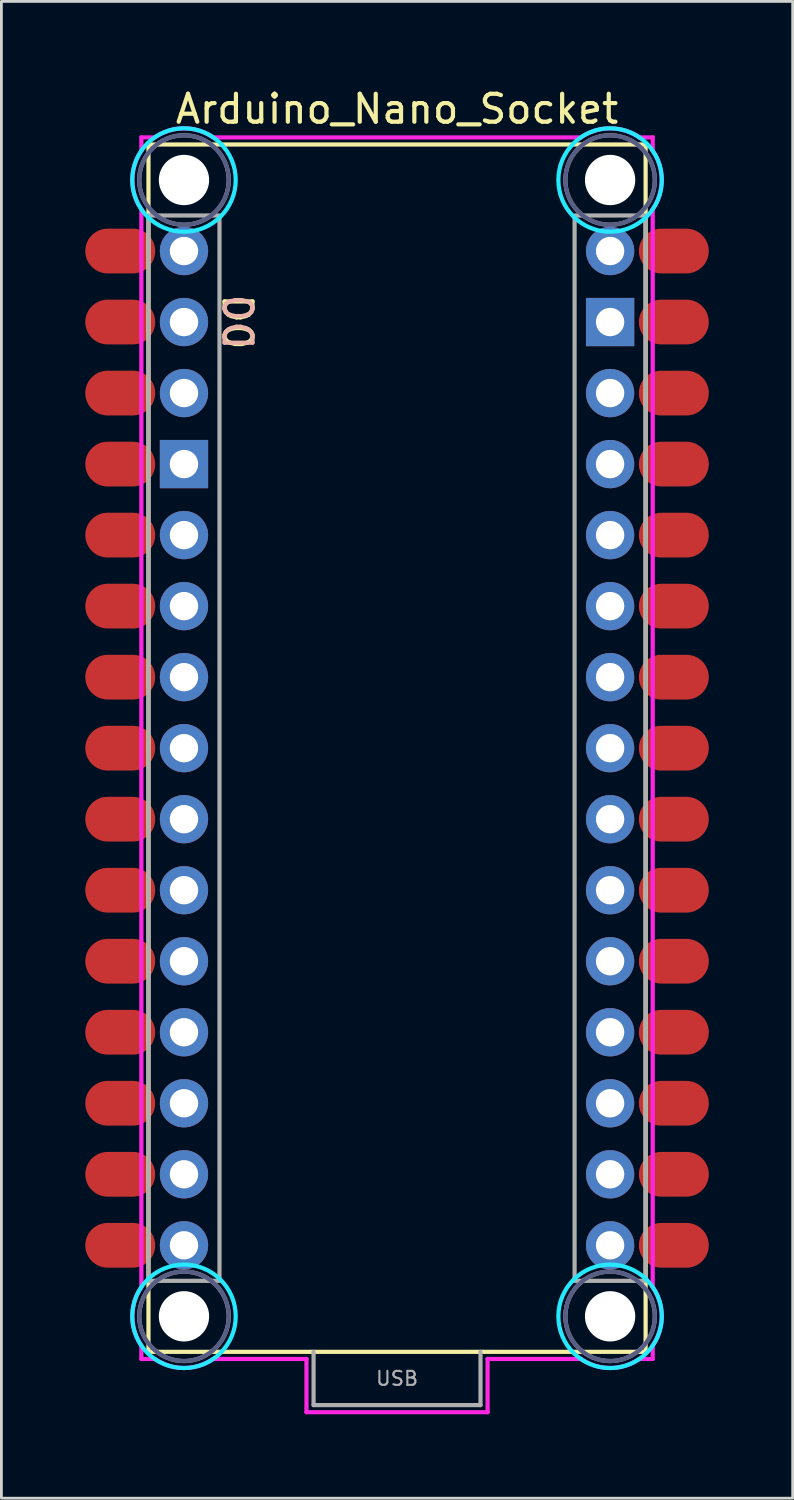
<source format=kicad_pcb>
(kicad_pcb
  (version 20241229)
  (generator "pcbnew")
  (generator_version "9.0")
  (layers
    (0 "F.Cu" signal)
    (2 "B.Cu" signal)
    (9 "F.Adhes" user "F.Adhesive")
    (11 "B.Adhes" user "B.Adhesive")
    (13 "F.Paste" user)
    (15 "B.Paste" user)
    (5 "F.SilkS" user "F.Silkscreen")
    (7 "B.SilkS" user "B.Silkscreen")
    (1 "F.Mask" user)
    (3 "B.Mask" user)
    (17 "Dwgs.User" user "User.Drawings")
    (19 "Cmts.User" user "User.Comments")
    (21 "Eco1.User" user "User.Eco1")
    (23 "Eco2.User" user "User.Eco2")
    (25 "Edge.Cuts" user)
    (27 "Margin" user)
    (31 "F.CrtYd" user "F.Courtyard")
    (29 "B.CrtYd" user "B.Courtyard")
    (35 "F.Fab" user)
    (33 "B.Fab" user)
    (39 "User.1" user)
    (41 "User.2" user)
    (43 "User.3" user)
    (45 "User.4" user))
  (footprint "Arduino_Nano_Socket"
    (layer "F.Cu")
    (at 11.15 45.298)
    (property "Reference" "Arduino_Nano_Socket" (at 0 -44.45 0) (layer "F.SilkS") (effects (font (size 1 1) (thickness 0.15))))
    (attr through_hole)
    (fp_line (start -8.89 -43.18) (end -8.89 0) (stroke (width 0.15) (type solid)) (layer "F.SilkS"))
    (fp_line (start -8.89 -43.18) (end 8.89 -43.18) (stroke (width 0.15) (type solid)) (layer "F.SilkS"))
    (fp_line (start -8.89 0) (end 8.89 0) (stroke (width 0.15) (type solid)) (layer "F.SilkS"))
    (fp_line (start 8.89 -43.18) (end 8.89 0) (stroke (width 0.15) (type solid)) (layer "F.SilkS"))
    (fp_circle (center -7.62 -41.91) (end -5.77 -41.91) (stroke (width 0.15) (type solid)) (fill no) (layer "B.CrtYd"))
    (fp_circle (center -7.62 -1.27) (end -5.77 -1.27) (stroke (width 0.15) (type solid)) (fill no) (layer "B.CrtYd"))
    (fp_circle (center 7.62 -41.91) (end 9.47 -41.91) (stroke (width 0.15) (type solid)) (fill no) (layer "B.CrtYd"))
    (fp_circle (center 7.62 -1.27) (end 9.47 -1.27) (stroke (width 0.15) (type solid)) (fill no) (layer "B.CrtYd"))
    (fp_line (start -9.144 -43.434) (end -8.661 -43.434) (stroke (width 0.15) (type solid)) (layer "F.CrtYd"))
    (fp_line (start -9.144 -42.951) (end -9.144 -43.434) (stroke (width 0.15) (type solid)) (layer "F.CrtYd"))
    (fp_line (start -9.144 -2.311) (end -9.144 -40.869) (stroke (width 0.15) (type solid)) (layer "F.CrtYd"))
    (fp_line (start -9.144 0.254) (end -9.144 -0.229) (stroke (width 0.15) (type solid)) (layer "F.CrtYd"))
    (fp_line (start -8.661 0.254) (end -9.144 0.254) (stroke (width 0.15) (type solid)) (layer "F.CrtYd"))
    (fp_line (start -6.579 -43.434) (end 6.579 -43.434) (stroke (width 0.15) (type solid)) (layer "F.CrtYd"))
    (fp_line (start -3.239 0.254) (end -6.579 0.254) (stroke (width 0.15) (type solid)) (layer "F.CrtYd"))
    (fp_line (start -3.239 0.254) (end -3.239 2.159) (stroke (width 0.15) (type solid)) (layer "F.CrtYd"))
    (fp_line (start 3.239 0.254) (end 3.239 2.159) (stroke (width 0.15) (type solid)) (layer "F.CrtYd"))
    (fp_line (start 3.239 2.159) (end -3.239 2.159) (stroke (width 0.15) (type solid)) (layer "F.CrtYd"))
    (fp_line (start 6.579 0.254) (end 3.239 0.254) (stroke (width 0.15) (type solid)) (layer "F.CrtYd"))
    (fp_line (start 8.661 -43.434) (end 9.144 -43.434) (stroke (width 0.15) (type solid)) (layer "F.CrtYd"))
    (fp_line (start 9.144 -43.434) (end 9.144 -42.951) (stroke (width 0.15) (type solid)) (layer "F.CrtYd"))
    (fp_line (start 9.144 -40.869) (end 9.144 -2.311) (stroke (width 0.15) (type solid)) (layer "F.CrtYd"))
    (fp_line (start 9.144 -0.229) (end 9.144 0.254) (stroke (width 0.15) (type solid)) (layer "F.CrtYd"))
    (fp_line (start 9.144 0.254) (end 8.661 0.254) (stroke (width 0.15) (type solid)) (layer "F.CrtYd"))
    (fp_arc (start -9.144 -40.8686) (mid -9.467363 -41.91) (end -9.144 -42.9514) (stroke (width 0.15) (type solid)) (layer "F.CrtYd"))
    (fp_arc (start -9.144 -0.2286) (mid -9.467363 -1.27) (end -9.144 -2.3114) (stroke (width 0.15) (type solid)) (layer "F.CrtYd"))
    (fp_arc (start -8.6614 -43.434) (mid -7.62 -43.757363) (end -6.5786 -43.434) (stroke (width 0.15) (type solid)) (layer "F.CrtYd"))
    (fp_arc (start -6.5786 0.254) (mid -7.62 0.577363) (end -8.6614 0.254) (stroke (width 0.15) (type solid)) (layer "F.CrtYd"))
    (fp_arc (start 6.5786 -43.434) (mid 7.62 -43.757363) (end 8.6614 -43.434) (stroke (width 0.15) (type solid)) (layer "F.CrtYd"))
    (fp_arc (start 8.6614 0.254) (mid 7.62 0.577363) (end 6.5786 0.254) (stroke (width 0.15) (type solid)) (layer "F.CrtYd"))
    (fp_arc (start 9.144 -42.9514) (mid 9.467363 -41.91) (end 9.144 -40.8686) (stroke (width 0.15) (type solid)) (layer "F.CrtYd"))
    (fp_arc (start 9.144 -2.3114) (mid 9.467363 -1.27) (end 9.144 -0.2286) (stroke (width 0.15) (type solid)) (layer "F.CrtYd"))
    (fp_circle (center -7.62 -41.91) (end -6.02 -41.91) (stroke (width 0.15) (type solid)) (fill no) (layer "B.Fab"))
    (fp_circle (center -7.62 -1.27) (end -6.02 -1.27) (stroke (width 0.15) (type solid)) (fill no) (layer "B.Fab"))
    (fp_circle (center 7.62 -41.91) (end 9.22 -41.91) (stroke (width 0.15) (type solid)) (fill no) (layer "B.Fab"))
    (fp_circle (center 7.62 -1.27) (end 9.22 -1.27) (stroke (width 0.15) (type solid)) (fill no) (layer "B.Fab"))
    (fp_line (start -2.985 1.905) (end -2.985 0) (stroke (width 0.15) (type solid)) (layer "F.Fab"))
    (fp_line (start -2.985 1.905) (end 2.985 1.905) (stroke (width 0.15) (type solid)) (layer "F.Fab"))
    (fp_line (start 2.985 1.905) (end 2.985 0) (stroke (width 0.15) (type solid)) (layer "F.Fab"))
    (fp_rect (start -8.89 -40.64) (end -6.35 -2.54) (stroke (width 0.15) (type solid)) (fill no) (layer "F.Fab"))
    (fp_rect (start 6.35 -40.64) (end 8.89 -2.54) (stroke (width 0.15) (type solid)) (fill no) (layer "F.Fab"))
    (fp_circle (center -7.62 -41.91) (end -6.02 -41.91) (stroke (width 0.15) (type solid)) (fill no) (layer "F.Fab"))
    (fp_circle (center -7.62 -1.27) (end -6.02 -1.27) (stroke (width 0.15) (type solid)) (fill no) (layer "F.Fab"))
    (fp_circle (center 7.62 -41.91) (end 9.22 -41.91) (stroke (width 0.15) (type solid)) (fill no) (layer "F.Fab"))
    (fp_circle (center 7.62 -1.27) (end 9.22 -1.27) (stroke (width 0.15) (type solid)) (fill no) (layer "F.Fab"))
    (fp_text user "D0" (at -5.715 -36.83 270) (unlocked yes) (layer "F.SilkS") (effects (font (size 1 1) (thickness 0.15))))
    (fp_text user "D0" (at -5.715 -36.83 270) (unlocked yes) (layer "B.SilkS") (effects (font (size 1 1) (thickness 0.15)) (justify mirror)))
    (fp_text user "USB" (at 0 0.953 0) (layer "F.Fab") (effects (font (size 0.5 0.5) (thickness 0.075))))
    (pad "" np_thru_hole circle (at -7.62 -41.91) (size 1.8 1.8) (drill 1.8) (layers "*.Cu" "*.Mask"))
    (pad "" np_thru_hole circle (at -7.62 -1.27) (size 1.8 1.8) (drill 1.8) (layers "*.Cu" "*.Mask"))
    (pad "" np_thru_hole circle (at 7.62 -41.91) (size 1.8 1.8) (drill 1.8) (layers "*.Cu" "*.Mask"))
    (pad "" np_thru_hole circle (at 7.62 -1.27) (size 1.8 1.8) (drill 1.8) (layers "*.Cu" "*.Mask"))
    (pad "3V3" thru_hole circle (at 7.62 -6.35) (size 1.727 1.727) (drill 1.016) (layers "*.Cu" "*.Mask"))
    (pad "3V3" smd oval (at 9.9 -6.35) (size 2.5 1.6) (layers "F.Cu" "F.Mask"))
    (pad "5V" thru_hole circle (at 7.62 -31.75) (size 1.727 1.727) (drill 1.016) (layers "*.Cu" "*.Mask"))
    (pad "5V" smd oval (at 9.9 -31.75) (size 2.5 1.6) (layers "F.Cu" "F.Mask"))
    (pad "A0" thru_hole circle (at 7.62 -11.43) (size 1.727 1.727) (drill 1.016) (layers "*.Cu" "*.Mask"))
    (pad "A0" smd oval (at 9.9 -11.43) (size 2.5 1.6) (layers "F.Cu" "F.Mask"))
    (pad "A1" thru_hole circle (at 7.62 -13.97) (size 1.727 1.727) (drill 1.016) (layers "*.Cu" "*.Mask"))
    (pad "A1" smd oval (at 9.9 -13.97) (size 2.5 1.6) (layers "F.Cu" "F.Mask"))
    (pad "A2" thru_hole circle (at 7.62 -16.51) (size 1.727 1.727) (drill 1.016) (layers "*.Cu" "*.Mask"))
    (pad "A2" smd oval (at 9.9 -16.51) (size 2.5 1.6) (layers "F.Cu" "F.Mask"))
    (pad "A3" thru_hole circle (at 7.62 -19.05) (size 1.727 1.727) (drill 1.016) (layers "*.Cu" "*.Mask"))
    (pad "A3" smd oval (at 9.9 -19.05) (size 2.5 1.6) (layers "F.Cu" "F.Mask"))
    (pad "A4" thru_hole circle (at 7.62 -21.59) (size 1.727 1.727) (drill 1.016) (layers "*.Cu" "*.Mask"))
    (pad "A4" smd oval (at 9.9 -21.59) (size 2.5 1.6) (layers "F.Cu" "F.Mask"))
    (pad "A5" thru_hole circle (at 7.62 -24.13) (size 1.727 1.727) (drill 1.016) (layers "*.Cu" "*.Mask"))
    (pad "A5" smd oval (at 9.9 -24.13) (size 2.5 1.6) (layers "F.Cu" "F.Mask"))
    (pad "A6" thru_hole circle (at 7.62 -26.67) (size 1.727 1.727) (drill 1.016) (layers "*.Cu" "*.Mask"))
    (pad "A6" smd oval (at 9.9 -26.67) (size 2.5 1.6) (layers "F.Cu" "F.Mask"))
    (pad "A7" thru_hole circle (at 7.62 -29.21) (size 1.727 1.727) (drill 1.016) (layers "*.Cu" "*.Mask"))
    (pad "A7" smd oval (at 9.9 -29.21) (size 2.5 1.6) (layers "F.Cu" "F.Mask"))
    (pad "AREF" thru_hole circle (at 7.62 -8.89) (size 1.727 1.727) (drill 1.016) (layers "*.Cu" "*.Mask"))
    (pad "AREF" smd oval (at 9.9 -8.89) (size 2.5 1.6) (layers "F.Cu" "F.Mask"))
    (pad "D0" smd oval (at -9.9 -36.83) (size 2.5 1.6) (layers "F.Cu" "F.Mask"))
    (pad "D0" thru_hole circle (at -7.62 -36.83) (size 1.727 1.727) (drill 1.016) (layers "*.Cu" "*.Mask"))
    (pad "D1" smd oval (at -9.9 -39.37) (size 2.5 1.6) (layers "F.Cu" "F.Mask"))
    (pad "D1" thru_hole circle (at -7.62 -39.37) (size 1.727 1.727) (drill 1.016) (layers "*.Cu" "*.Mask"))
    (pad "D2" smd oval (at -9.9 -29.21) (size 2.5 1.6) (layers "F.Cu" "F.Mask"))
    (pad "D2" thru_hole circle (at -7.62 -29.21) (size 1.727 1.727) (drill 1.016) (layers "*.Cu" "*.Mask"))
    (pad "D3" smd oval (at -9.9 -26.67) (size 2.5 1.6) (layers "F.Cu" "F.Mask"))
    (pad "D3" thru_hole circle (at -7.62 -26.67) (size 1.727 1.727) (drill 1.016) (layers "*.Cu" "*.Mask"))
    (pad "D4" smd oval (at -9.9 -24.13) (size 2.5 1.6) (layers "F.Cu" "F.Mask"))
    (pad "D4" thru_hole circle (at -7.62 -24.13) (size 1.727 1.727) (drill 1.016) (layers "*.Cu" "*.Mask"))
    (pad "D5" smd oval (at -9.9 -21.59) (size 2.5 1.6) (layers "F.Cu" "F.Mask"))
    (pad "D5" thru_hole circle (at -7.62 -21.59) (size 1.727 1.727) (drill 1.016) (layers "*.Cu" "*.Mask"))
    (pad "D6" smd oval (at -9.9 -19.05) (size 2.5 1.6) (layers "F.Cu" "F.Mask"))
    (pad "D6" thru_hole circle (at -7.62 -19.05) (size 1.727 1.727) (drill 1.016) (layers "*.Cu" "*.Mask"))
    (pad "D7" smd oval (at -9.9 -16.51) (size 2.5 1.6) (layers "F.Cu" "F.Mask"))
    (pad "D7" thru_hole circle (at -7.62 -16.51) (size 1.727 1.727) (drill 1.016) (layers "*.Cu" "*.Mask"))
    (pad "D8" smd oval (at -9.9 -13.97) (size 2.5 1.6) (layers "F.Cu" "F.Mask"))
    (pad "D8" thru_hole circle (at -7.62 -13.97) (size 1.727 1.727) (drill 1.016) (layers "*.Cu" "*.Mask"))
    (pad "D9" smd oval (at -9.9 -11.43) (size 2.5 1.6) (layers "F.Cu" "F.Mask"))
    (pad "D9" thru_hole circle (at -7.62 -11.43) (size 1.727 1.727) (drill 1.016) (layers "*.Cu" "*.Mask"))
    (pad "D10" smd oval (at -9.9 -8.89) (size 2.5 1.6) (layers "F.Cu" "F.Mask"))
    (pad "D10" thru_hole circle (at -7.62 -8.89) (size 1.727 1.727) (drill 1.016) (layers "*.Cu" "*.Mask"))
    (pad "D11" smd oval (at -9.9 -6.35) (size 2.5 1.6) (layers "F.Cu" "F.Mask"))
    (pad "D11" thru_hole circle (at -7.62 -6.35) (size 1.727 1.727) (drill 1.016) (layers "*.Cu" "*.Mask"))
    (pad "D12" smd oval (at -9.9 -3.81) (size 2.5 1.6) (layers "F.Cu" "F.Mask"))
    (pad "D12" thru_hole circle (at -7.62 -3.81) (size 1.727 1.727) (drill 1.016) (layers "*.Cu" "*.Mask"))
    (pad "D13" thru_hole circle (at 7.62 -3.81) (size 1.727 1.727) (drill 1.016) (layers "*.Cu" "*.Mask"))
    (pad "D13" smd oval (at 9.9 -3.81) (size 2.5 1.6) (layers "F.Cu" "F.Mask"))
    (pad "GND1" smd oval (at -9.9 -31.75) (size 2.5 1.6) (layers "F.Cu" "F.Mask"))
    (pad "GND1" thru_hole rect (at -7.62 -31.75) (size 1.727 1.727) (drill 1.016) (layers "*.Cu" "*.Mask"))
    (pad "GND2" thru_hole rect (at 7.62 -36.83) (size 1.727 1.727) (drill 1.016) (layers "*.Cu" "*.Mask"))
    (pad "GND2" smd oval (at 9.9 -36.83) (size 2.5 1.6) (layers "F.Cu" "F.Mask"))
    (pad "RST1" smd oval (at -9.9 -34.29) (size 2.5 1.6) (layers "F.Cu" "F.Mask"))
    (pad "RST1" thru_hole circle (at -7.62 -34.29) (size 1.727 1.727) (drill 1.016) (layers "*.Cu" "*.Mask"))
    (pad "RST2" thru_hole circle (at 7.62 -34.29) (size 1.727 1.727) (drill 1.016) (layers "*.Cu" "*.Mask"))
    (pad "RST2" smd oval (at 9.9 -34.29) (size 2.5 1.6) (layers "F.Cu" "F.Mask"))
    (pad "VIN" thru_hole circle (at 7.62 -39.37) (size 1.727 1.727) (drill 1.016) (layers "*.Cu" "*.Mask"))
    (pad "VIN" smd oval (at 9.9 -39.37) (size 2.5 1.6) (layers "F.Cu" "F.Mask")))
  (gr_rect
    (start -3 -3)
    (end 25.3 50.532)
    (stroke (width 0.1) (type default))
    (fill no)
    (layer "Edge.Cuts")))
</source>
